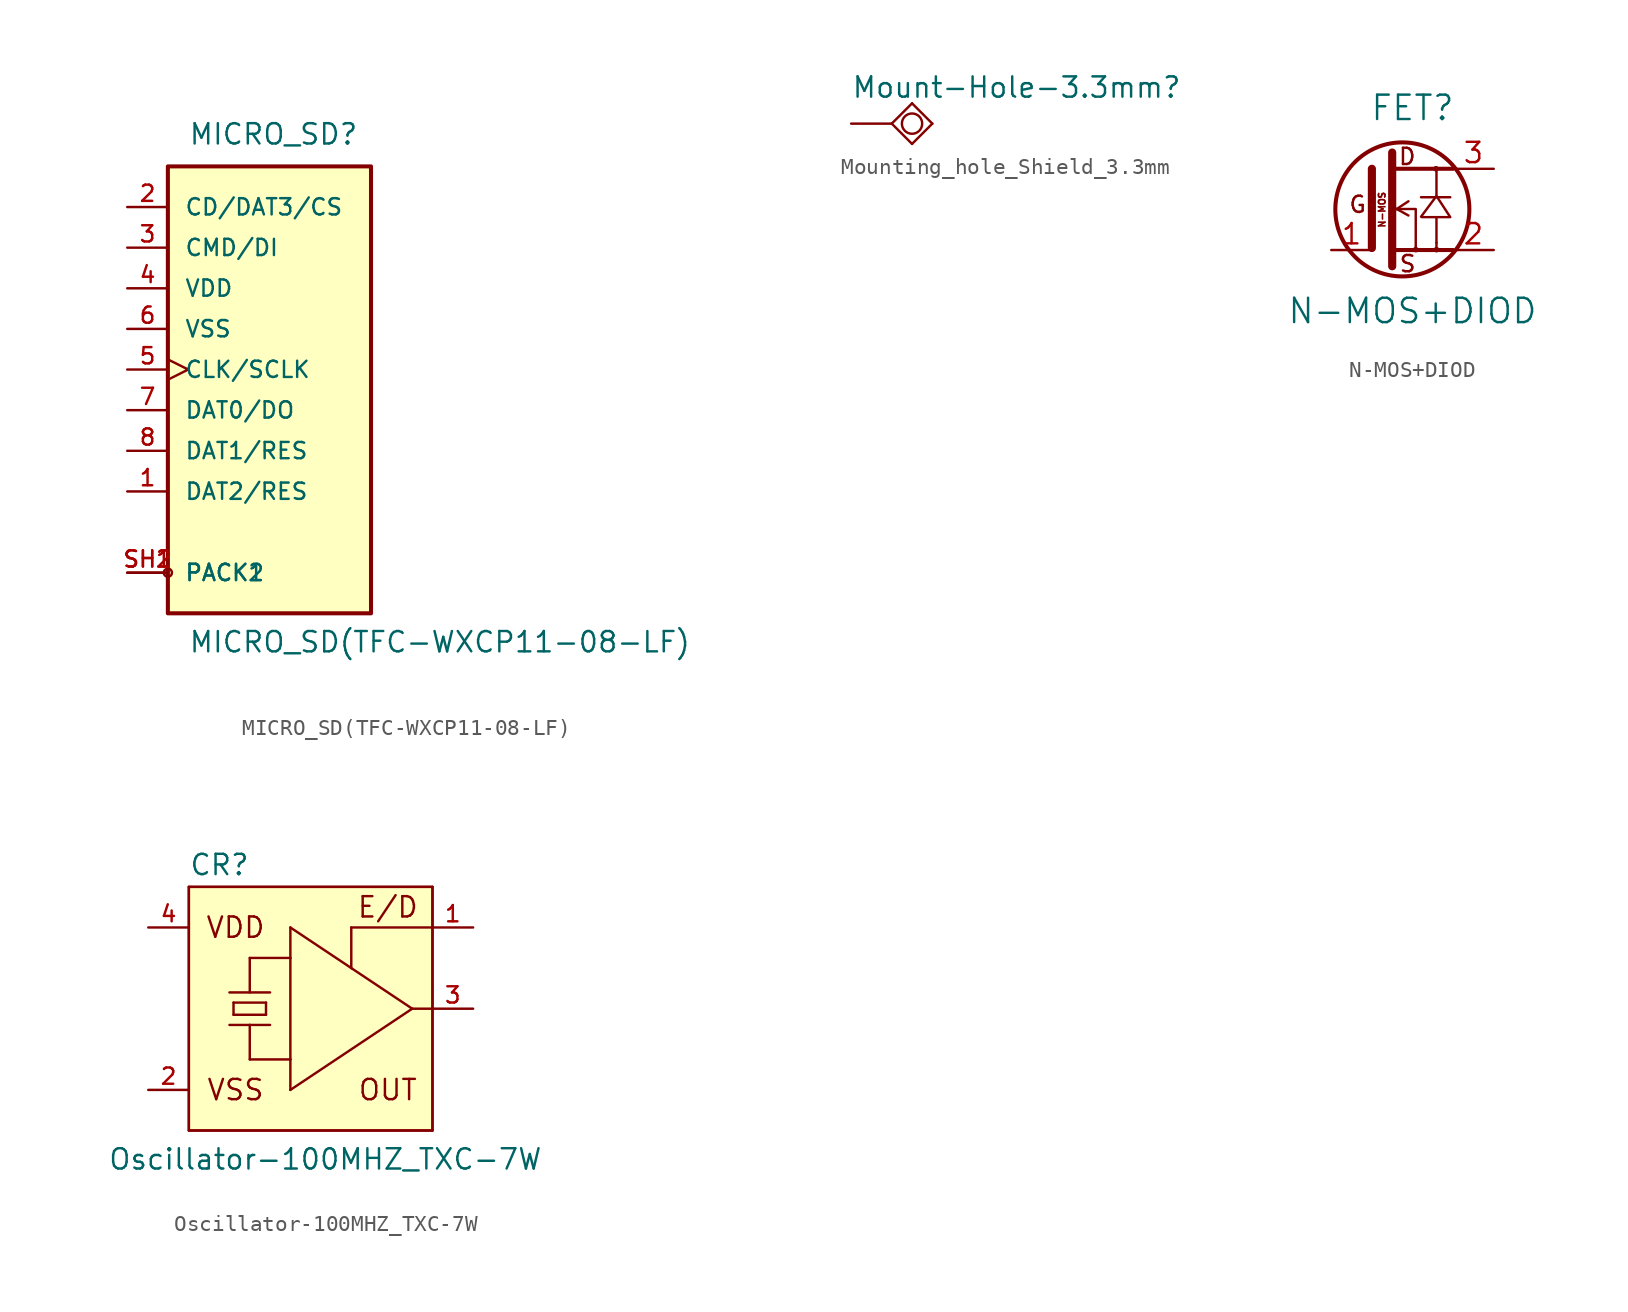
<source format=kicad_sym>
(kicad_symbol_lib
  (version 20231120)
  (generator "kicad_symbol_editor")
  (generator_version "8.0")
  (symbol "MICRO_SD(TFC-WXCP11-08-LF)"
    (pin_names
      (offset 1.016))
    (property "Reference" "MICRO_SD"
      (at -8.89 13.97 0)
      (effects (font (size 1.27 1.27)) (justify left bottom)))
    (property "Value" "MICRO_SD(TFC-WXCP11-08-LF)"
      (at -8.89 -17.78 0)
      (effects (font (size 1.27 1.27)) (justify left bottom)))
    (property "Datasheet" ""
      (at 0 0 0)
      (effects (font (size 1.524 1.524))))
    (property "ki_locked" ""
      (at 0 0 0)
      (effects (font (size 1.27 1.27))))
    (symbol "MICRO_SD(TFC-WXCP11-08-LF)_0_1"
      (rectangle (start -10.16 12.7) (end 2.54 -15.24) (stroke (width 0.254) (type solid)) (fill (type background))))
    (symbol "MICRO_SD(TFC-WXCP11-08-LF)_1_1"
      (circle (center -10.16 -12.7) (radius 0.254) (stroke (width 0) (type solid)) (fill (type none)))
      (pin input line (at -12.7 -7.62 0) (length 2.54) (name "DAT2/RES" (effects (font (size 1.016 1.016)))) (number "1" (effects (font (size 1.016 1.016)))))
      (pin input line (at -12.7 10.16 0) (length 2.54) (name "CD/DAT3/CS" (effects (font (size 1.016 1.016)))) (number "2" (effects (font (size 1.016 1.016)))))
      (pin input line (at -12.7 7.62 0) (length 2.54) (name "CMD/DI" (effects (font (size 1.016 1.016)))) (number "3" (effects (font (size 1.016 1.016)))))
      (pin power_in line (at -12.7 5.08 0) (length 2.54) (name "VDD" (effects (font (size 1.016 1.016)))) (number "4" (effects (font (size 1.016 1.016)))))
      (pin input clock (at -12.7 0 0) (length 2.54) (name "CLK/SCLK" (effects (font (size 1.016 1.016)))) (number "5" (effects (font (size 1.016 1.016)))))
      (pin power_in line (at -12.7 2.54 0) (length 2.54) (name "VSS" (effects (font (size 1.016 1.016)))) (number "6" (effects (font (size 1.016 1.016)))))
      (pin output line (at -12.7 -2.54 0) (length 2.54) (name "DAT0/DO" (effects (font (size 1.016 1.016)))) (number "7" (effects (font (size 1.016 1.016)))))
      (pin input line (at -12.7 -5.08 0) (length 2.54) (name "DAT1/RES" (effects (font (size 1.016 1.016)))) (number "8" (effects (font (size 1.016 1.016)))))
      (pin input line (at -12.7 -12.7 0) (length 2.54) (name "PACK1" (effects (font (size 1.016 1.016)))) (number "SH1" (effects (font (size 1.016 1.016)))))
      (pin input line (at -12.7 -12.7 0) (length 2.54) (name "PACK2" (effects (font (size 1.016 1.016)))) (number "SH2" (effects (font (size 1.016 1.016)))))))
  (symbol "Mounting_hole_Shield_3.3mm"
    (pin_numbers hide)
    (pin_names
      (offset 0) hide)
    (property "Reference" "Mount-Hole-3.3mm"
      (at -2.54 1.524 0)
      (effects (font (size 1.27 1.27)) (justify left bottom)))
    (property "Datasheet" ""
      (at 0 0 90)
      (effects (font (size 1.524 1.524))))
    (symbol "Mounting_hole_Shield_3.3mm_1_0"
      (polyline (pts (xy 0 0) (xy 1.27 -1.27)) (stroke (width 0) (type solid)) (fill (type none)))
      (polyline (pts (xy 1.27 -1.27) (xy 2.54 0)) (stroke (width 0) (type solid)) (fill (type none)))
      (polyline (pts (xy 1.27 1.27) (xy 0 0)) (stroke (width 0) (type solid)) (fill (type none)))
      (polyline (pts (xy 2.54 0) (xy 1.27 1.27)) (stroke (width 0) (type solid)) (fill (type none))))
    (symbol "Mounting_hole_Shield_3.3mm_1_1"
      (circle (center 1.27 0) (radius 0.635) (stroke (width 0) (type solid)) (fill (type none)))
      (pin passive line (at -2.54 0 0) (length 2.54) (name "GND1" (effects (font (size 1.016 1.016)))) (number "GND1" (effects (font (size 1.016 1.016)))))))
  (symbol "N-MOS+DIOD"
    (pin_names
      (offset 1.016) hide)
    (property "Reference" "FET"
      (at 0 6.35 0)
      (effects (font (size 1.524 1.524))))
    (property "Value" "N-MOS+DIOD"
      (at 0 -6.35 0)
      (effects (font (size 1.524 1.524))))
    (property "Footprint" ""
      (at -1.27 0 90)
      (effects (font (size 1.524 1.524))))
    (property "Datasheet" ""
      (at -1.27 0 90)
      (effects (font (size 1.524 1.524))))
    (symbol "N-MOS+DIOD_0_0"
      (circle (center -0.635 0) (radius 4.191) (stroke (width 0.254) (type solid)) (fill (type none)))
      (polyline (pts (xy -2.54 -2.413) (xy -2.54 2.54)) (stroke (width 0.508) (type solid)) (fill (type none)))
      (polyline (pts (xy -1.27 3.556) (xy -1.27 -3.556)) (stroke (width 0.508) (type solid)) (fill (type none)))
      (polyline (pts (xy -0.254 0.508) (xy -0.991 0.025)) (stroke (width 0) (type solid)) (fill (type none)))
      (polyline (pts (xy 0.533 0.762) (xy 2.362 0.762)) (stroke (width 0) (type solid)) (fill (type none)))
      (polyline (pts (xy 1.499 -2.083) (xy 1.499 -2.489)) (stroke (width 0) (type solid)) (fill (type none)))
      (polyline (pts (xy 1.499 0.813) (xy 1.499 2.54)) (stroke (width 0) (type solid)) (fill (type none)))
      (polyline (pts (xy 2.54 -2.54) (xy -1.27 -2.54)) (stroke (width 0.254) (type solid)) (fill (type none)))
      (polyline (pts (xy 2.54 2.54) (xy -1.27 2.54)) (stroke (width 0.254) (type solid)) (fill (type none)))
      (polyline (pts (xy -1.27 0.025) (xy 0.203 0.025) (xy 0.203 -2.515)) (stroke (width 0) (type solid)) (fill (type none)))
      (polyline (pts (xy -0.254 -0.381) (xy -0.991 0.025) (xy -0.94 0)) (stroke (width 0) (type solid)) (fill (type none)))
      (polyline (pts (xy 1.499 -2.083) (xy 1.499 -0.483) (xy 0.584 -0.483) (xy 2.362 -0.483) (xy 1.499 0.838) (xy 0.533 -0.457)) (stroke (width 0) (type solid)) (fill (type none)))
      (circle (center 0.203 -2.515) (radius 0.102) (stroke (width 0) (type solid)) (fill (type none)))
      (circle (center 1.473 2.54) (radius 0.102) (stroke (width 0) (type solid)) (fill (type none)))
      (circle (center 1.499 -2.515) (radius 0.102) (stroke (width 0) (type solid)) (fill (type none)))
      (text "D" (at -0.33 3.302 0) (effects (font (size 1.016 1.016))))
      (text "G" (at -3.429 0.305 0) (effects (font (size 1.016 1.016))))
      (text "N-MOS" (at -1.905 -0.025 900) (effects (font (size 0.406 0.406))))
      (text "S" (at -0.305 -3.404 0) (effects (font (size 1.016 1.016)))))
    (symbol "N-MOS+DIOD_1_1"
      (pin input line (at -5.08 -2.54 0) (length 2.54) (name "G" (effects (font (size 1.27 1.27)))) (number "1" (effects (font (size 1.27 1.27)))))
      (pin passive line (at 5.08 -2.54 180) (length 2.54) (name "S" (effects (font (size 1.27 1.27)))) (number "2" (effects (font (size 1.27 1.27)))))
      (pin passive line (at 5.08 2.54 180) (length 2.54) (name "D" (effects (font (size 1.27 1.27)))) (number "3" (effects (font (size 1.27 1.27)))))))
  (symbol "Oscillator-100MHZ_TXC-7W"
    (pin_names
      (offset 0) hide)
    (property "Reference" "CR"
      (at -7.62 8.255 0)
      (effects (font (size 1.27 1.27)) (justify left bottom)))
    (property "Value" "Oscillator-100MHZ_TXC-7W"
      (at -12.7 -10.16 0)
      (effects (font (size 1.27 1.27)) (justify left bottom)))
    (property "Datasheet" ""
      (at 0 0 0)
      (effects (font (size 1.524 1.524))))
    (symbol "Oscillator-100MHZ_TXC-7W_1_0"
      (rectangle (start -7.62 7.62) (end 7.62 -7.62) (stroke (width 0) (type solid)) (fill (type background)))
      (polyline (pts (xy -7.62 7.62) (xy -7.62 -7.62)) (stroke (width 0) (type solid)) (fill (type none)))
      (polyline (pts (xy -7.62 7.62) (xy 7.62 7.62)) (stroke (width 0) (type solid)) (fill (type background)))
      (polyline (pts (xy -5.08 -1.016) (xy -3.81 -1.016)) (stroke (width 0) (type solid)) (fill (type none)))
      (polyline (pts (xy -5.08 1.016) (xy -2.54 1.016)) (stroke (width 0) (type solid)) (fill (type none)))
      (polyline (pts (xy -4.826 -0.381) (xy -4.826 0.381)) (stroke (width 0) (type solid)) (fill (type none)))
      (polyline (pts (xy -4.826 -0.381) (xy -2.794 -0.381)) (stroke (width 0) (type solid)) (fill (type none)))
      (polyline (pts (xy -4.826 0.381) (xy -2.794 0.381)) (stroke (width 0) (type solid)) (fill (type none)))
      (polyline (pts (xy -3.81 -3.175) (xy -3.81 -1.016)) (stroke (width 0) (type solid)) (fill (type none)))
      (polyline (pts (xy -3.81 -3.175) (xy -1.27 -3.175)) (stroke (width 0) (type solid)) (fill (type none)))
      (polyline (pts (xy -3.81 -1.016) (xy -2.54 -1.016)) (stroke (width 0) (type solid)) (fill (type none)))
      (polyline (pts (xy -3.81 1.016) (xy -3.81 3.175)) (stroke (width 0) (type solid)) (fill (type none)))
      (polyline (pts (xy -3.81 3.175) (xy -1.27 3.175)) (stroke (width 0) (type solid)) (fill (type none)))
      (polyline (pts (xy -2.794 0.381) (xy -2.794 -0.381)) (stroke (width 0) (type solid)) (fill (type none)))
      (polyline (pts (xy -1.27 -5.08) (xy -1.27 -3.175)) (stroke (width 0) (type solid)) (fill (type none)))
      (polyline (pts (xy -1.27 -3.175) (xy -1.27 3.175)) (stroke (width 0) (type solid)) (fill (type none)))
      (polyline (pts (xy -1.27 3.175) (xy -1.27 5.08)) (stroke (width 0) (type solid)) (fill (type none)))
      (polyline (pts (xy -1.27 5.08) (xy 2.54 2.54)) (stroke (width 0) (type solid)) (fill (type none)))
      (polyline (pts (xy 2.54 2.54) (xy 6.35 0)) (stroke (width 0) (type solid)) (fill (type none)))
      (polyline (pts (xy 2.54 5.08) (xy 2.54 2.54)) (stroke (width 0) (type solid)) (fill (type none)))
      (polyline (pts (xy 6.35 0) (xy -1.27 -5.08)) (stroke (width 0) (type solid)) (fill (type none)))
      (polyline (pts (xy 6.35 0) (xy 7.62 0)) (stroke (width 0) (type solid)) (fill (type none)))
      (polyline (pts (xy 7.62 -7.62) (xy -7.62 -7.62)) (stroke (width 0) (type solid)) (fill (type none)))
      (polyline (pts (xy 7.62 -7.62) (xy 7.62 0)) (stroke (width 0) (type solid)) (fill (type none)))
      (polyline (pts (xy 7.62 0) (xy 7.62 5.08)) (stroke (width 0) (type solid)) (fill (type none)))
      (polyline (pts (xy 7.62 5.08) (xy 2.54 5.08)) (stroke (width 0) (type solid)) (fill (type none)))
      (polyline (pts (xy 7.62 5.08) (xy 7.62 7.62)) (stroke (width 0) (type solid)) (fill (type none)))
      (text "E/D" (at 4.826 6.35 0) (effects (font (size 1.27 1.27))))
      (text "OUT" (at 4.826 -5.08 0) (effects (font (size 1.27 1.27))))
      (text "VDD" (at -4.699 5.08 0) (effects (font (size 1.27 1.27))))
      (text "VSS" (at -4.699 -5.08 0) (effects (font (size 1.27 1.27)))))
    (symbol "Oscillator-100MHZ_TXC-7W_1_1"
      (pin input line (at 10.16 5.08 180) (length 2.54) (name "E/D" (effects (font (size 1.016 1.016)))) (number "1" (effects (font (size 1.016 1.016)))))
      (pin power_in line (at -10.16 -5.08 0) (length 2.54) (name "VSS" (effects (font (size 1.016 1.016)))) (number "2" (effects (font (size 1.016 1.016)))))
      (pin output line (at 10.16 0 180) (length 2.54) (name "OUT" (effects (font (size 1.016 1.016)))) (number "3" (effects (font (size 1.016 1.016)))))
      (pin power_in line (at -10.16 5.08 0) (length 2.54) (name "VDD" (effects (font (size 1.016 1.016)))) (number "4" (effects (font (size 1.016 1.016))))))))
</source>
